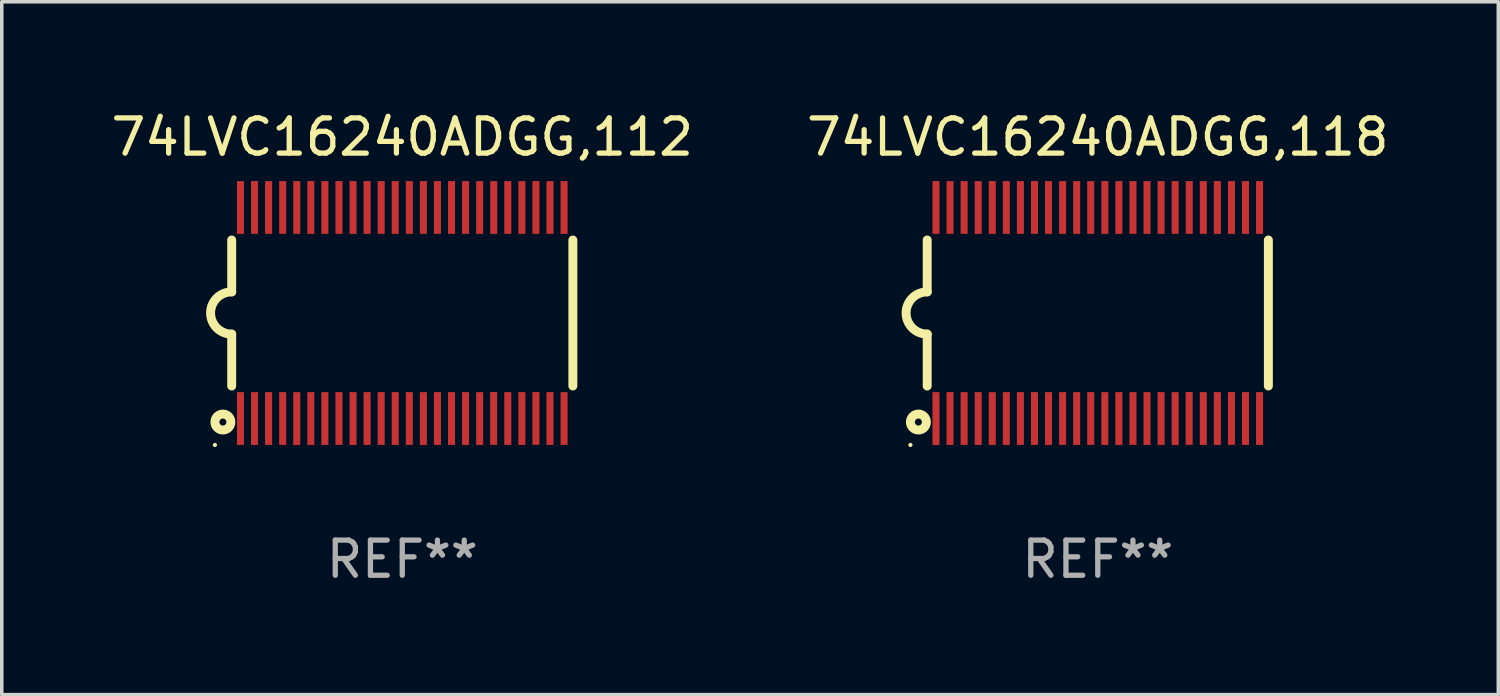
<source format=kicad_pcb>
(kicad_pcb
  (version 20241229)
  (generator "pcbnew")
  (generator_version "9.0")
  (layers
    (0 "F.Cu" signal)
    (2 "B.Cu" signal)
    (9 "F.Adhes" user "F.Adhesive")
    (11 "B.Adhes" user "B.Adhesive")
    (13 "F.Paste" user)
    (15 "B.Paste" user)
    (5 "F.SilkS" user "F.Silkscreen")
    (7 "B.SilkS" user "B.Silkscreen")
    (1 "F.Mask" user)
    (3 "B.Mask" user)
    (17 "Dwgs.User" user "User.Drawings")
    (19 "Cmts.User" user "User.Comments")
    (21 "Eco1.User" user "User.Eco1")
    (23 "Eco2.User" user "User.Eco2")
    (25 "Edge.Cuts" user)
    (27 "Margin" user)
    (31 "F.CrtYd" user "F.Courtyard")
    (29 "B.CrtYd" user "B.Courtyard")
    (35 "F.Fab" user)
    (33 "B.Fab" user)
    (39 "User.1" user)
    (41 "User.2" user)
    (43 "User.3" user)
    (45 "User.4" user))
  (footprint "74LVC16240ADGG,118"
    (layer "F.Cu")
    (at 28.161 5.849)
    (property "Reference" "74LVC16240ADGG,118" (at 0 -5.001 0) (layer "F.SilkS") (effects (font (size 1 1) (thickness 0.15))))
    (attr through_hole)
    (fp_line (start -4.85 -2.076) (end -4.85 -0.6) (stroke (width 0.254) (type solid)) (layer "F.SilkS"))
    (fp_line (start -4.85 2.076) (end -4.85 0.6) (stroke (width 0.254) (type solid)) (layer "F.SilkS"))
    (fp_line (start 4.85 -2.075) (end 4.85 2.075) (stroke (width 0.254) (type solid)) (layer "F.SilkS"))
    (fp_arc (start -4.850013 0.6) (mid -5.449099 -0.0008) (end -4.848869 -0.600457) (stroke (width 0.254001) (type solid)) (layer "F.SilkS"))
    (fp_circle (center -5.327 3.751) (end -5.297 3.751) (stroke (width 0.06) (type solid)) (fill no) (layer "F.SilkS"))
    (fp_circle (center -5.1 3.1) (end -5 3.1) (stroke (width 0.254) (type solid)) (fill no) (layer "F.SilkS"))
    (fp_text user "REF**" (at 0 7.001 0) (layer "F.Fab") (effects (font (size 1 1) (thickness 0.15))))
    (pad "1" smd rect (at -4.6 3) (size 0.2 1.5) (layers "F.Cu" "F.Mask" "F.Paste"))
    (pad "2" smd rect (at -4.2 3) (size 0.2 1.5) (layers "F.Cu" "F.Mask" "F.Paste"))
    (pad "3" smd rect (at -3.8 3) (size 0.2 1.5) (layers "F.Cu" "F.Mask" "F.Paste"))
    (pad "4" smd rect (at -3.4 3) (size 0.2 1.5) (layers "F.Cu" "F.Mask" "F.Paste"))
    (pad "5" smd rect (at -3 3.001) (size 0.2 1.5) (layers "F.Cu" "F.Mask" "F.Paste"))
    (pad "6" smd rect (at -2.6 3) (size 0.2 1.5) (layers "F.Cu" "F.Mask" "F.Paste"))
    (pad "7" smd rect (at -2.2 3) (size 0.2 1.5) (layers "F.Cu" "F.Mask" "F.Paste"))
    (pad "8" smd rect (at -1.8 3) (size 0.2 1.5) (layers "F.Cu" "F.Mask" "F.Paste"))
    (pad "9" smd rect (at -1.4 3) (size 0.2 1.5) (layers "F.Cu" "F.Mask" "F.Paste"))
    (pad "10" smd rect (at -1 3) (size 0.2 1.5) (layers "F.Cu" "F.Mask" "F.Paste"))
    (pad "11" smd rect (at -0.6 3) (size 0.2 1.5) (layers "F.Cu" "F.Mask" "F.Paste"))
    (pad "12" smd rect (at -0.2 3) (size 0.2 1.5) (layers "F.Cu" "F.Mask" "F.Paste"))
    (pad "13" smd rect (at 0.2 3) (size 0.2 1.5) (layers "F.Cu" "F.Mask" "F.Paste"))
    (pad "14" smd rect (at 0.6 3) (size 0.2 1.5) (layers "F.Cu" "F.Mask" "F.Paste"))
    (pad "15" smd rect (at 1 3) (size 0.2 1.5) (layers "F.Cu" "F.Mask" "F.Paste"))
    (pad "16" smd rect (at 1.4 3) (size 0.2 1.5) (layers "F.Cu" "F.Mask" "F.Paste"))
    (pad "17" smd rect (at 1.8 3) (size 0.2 1.5) (layers "F.Cu" "F.Mask" "F.Paste"))
    (pad "18" smd rect (at 2.2 3.001) (size 0.2 1.5) (layers "F.Cu" "F.Mask" "F.Paste"))
    (pad "19" smd rect (at 2.598 2.998) (size 0.2 1.5) (layers "F.Cu" "F.Mask" "F.Paste"))
    (pad "20" smd rect (at 3 3) (size 0.2 1.5) (layers "F.Cu" "F.Mask" "F.Paste"))
    (pad "21" smd rect (at 3.4 3) (size 0.2 1.5) (layers "F.Cu" "F.Mask" "F.Paste"))
    (pad "22" smd rect (at 3.8 2.998) (size 0.2 1.5) (layers "F.Cu" "F.Mask" "F.Paste"))
    (pad "23" smd rect (at 4.2 3) (size 0.2 1.5) (layers "F.Cu" "F.Mask" "F.Paste"))
    (pad "24" smd rect (at 4.6 3) (size 0.2 1.5) (layers "F.Cu" "F.Mask" "F.Paste"))
    (pad "25" smd rect (at 4.6 -3) (size 0.2 1.5) (layers "F.Cu" "F.Mask" "F.Paste"))
    (pad "26" smd rect (at 4.2 -3) (size 0.2 1.5) (layers "F.Cu" "F.Mask" "F.Paste"))
    (pad "27" smd rect (at 3.8 -3) (size 0.2 1.5) (layers "F.Cu" "F.Mask" "F.Paste"))
    (pad "28" smd rect (at 3.4 -3) (size 0.2 1.5) (layers "F.Cu" "F.Mask" "F.Paste"))
    (pad "29" smd rect (at 3 -3) (size 0.2 1.5) (layers "F.Cu" "F.Mask" "F.Paste"))
    (pad "30" smd rect (at 2.6 -3) (size 0.2 1.5) (layers "F.Cu" "F.Mask" "F.Paste"))
    (pad "31" smd rect (at 2.2 -3) (size 0.2 1.5) (layers "F.Cu" "F.Mask" "F.Paste"))
    (pad "32" smd rect (at 1.8 -3) (size 0.2 1.5) (layers "F.Cu" "F.Mask" "F.Paste"))
    (pad "33" smd rect (at 1.4 -3) (size 0.2 1.5) (layers "F.Cu" "F.Mask" "F.Paste"))
    (pad "34" smd rect (at 1 -3) (size 0.2 1.5) (layers "F.Cu" "F.Mask" "F.Paste"))
    (pad "35" smd rect (at 0.6 -3) (size 0.2 1.5) (layers "F.Cu" "F.Mask" "F.Paste"))
    (pad "36" smd rect (at 0.201 -3.001) (size 0.2 1.5) (layers "F.Cu" "F.Mask" "F.Paste"))
    (pad "37" smd rect (at -0.2 -3) (size 0.2 1.5) (layers "F.Cu" "F.Mask" "F.Paste"))
    (pad "38" smd rect (at -0.6 -3) (size 0.2 1.5) (layers "F.Cu" "F.Mask" "F.Paste"))
    (pad "39" smd rect (at -1 -3) (size 0.2 1.5) (layers "F.Cu" "F.Mask" "F.Paste"))
    (pad "40" smd rect (at -1.4 -3) (size 0.2 1.5) (layers "F.Cu" "F.Mask" "F.Paste"))
    (pad "41" smd rect (at -1.8 -3) (size 0.2 1.5) (layers "F.Cu" "F.Mask" "F.Paste"))
    (pad "42" smd rect (at -2.2 -3) (size 0.2 1.5) (layers "F.Cu" "F.Mask" "F.Paste"))
    (pad "43" smd rect (at -2.6 -3) (size 0.2 1.5) (layers "F.Cu" "F.Mask" "F.Paste"))
    (pad "44" smd rect (at -3 -3) (size 0.2 1.5) (layers "F.Cu" "F.Mask" "F.Paste"))
    (pad "45" smd rect (at -3.4 -3) (size 0.2 1.5) (layers "F.Cu" "F.Mask" "F.Paste"))
    (pad "46" smd rect (at -3.8 -3) (size 0.2 1.5) (layers "F.Cu" "F.Mask" "F.Paste"))
    (pad "47" smd rect (at -4.2 -3) (size 0.2 1.5) (layers "F.Cu" "F.Mask" "F.Paste"))
    (pad "48" smd rect (at -4.6 -3) (size 0.2 1.5) (layers "F.Cu" "F.Mask" "F.Paste")))
  (footprint "74LVC16240ADGG,112"
    (layer "F.Cu")
    (at 8.387 5.849)
    (property "Reference" "74LVC16240ADGG,112" (at 0 -5.001 0) (layer "F.SilkS") (effects (font (size 1 1) (thickness 0.15))))
    (attr through_hole)
    (fp_line (start -4.85 -2.076) (end -4.85 -0.6) (stroke (width 0.254) (type solid)) (layer "F.SilkS"))
    (fp_line (start -4.85 2.076) (end -4.85 0.6) (stroke (width 0.254) (type solid)) (layer "F.SilkS"))
    (fp_line (start 4.85 -2.075) (end 4.85 2.075) (stroke (width 0.254) (type solid)) (layer "F.SilkS"))
    (fp_arc (start -4.850013 0.6) (mid -5.449099 -0.0008) (end -4.848869 -0.600457) (stroke (width 0.254001) (type solid)) (layer "F.SilkS"))
    (fp_circle (center -5.327 3.751) (end -5.297 3.751) (stroke (width 0.06) (type solid)) (fill no) (layer "F.SilkS"))
    (fp_circle (center -5.1 3.1) (end -5 3.1) (stroke (width 0.254) (type solid)) (fill no) (layer "F.SilkS"))
    (fp_text user "REF**" (at 0 7.001 0) (layer "F.Fab") (effects (font (size 1 1) (thickness 0.15))))
    (pad "1" smd rect (at -4.6 3) (size 0.2 1.5) (layers "F.Cu" "F.Mask" "F.Paste"))
    (pad "2" smd rect (at -4.2 3) (size 0.2 1.5) (layers "F.Cu" "F.Mask" "F.Paste"))
    (pad "3" smd rect (at -3.8 3) (size 0.2 1.5) (layers "F.Cu" "F.Mask" "F.Paste"))
    (pad "4" smd rect (at -3.4 3) (size 0.2 1.5) (layers "F.Cu" "F.Mask" "F.Paste"))
    (pad "5" smd rect (at -3 3.001) (size 0.2 1.5) (layers "F.Cu" "F.Mask" "F.Paste"))
    (pad "6" smd rect (at -2.6 3) (size 0.2 1.5) (layers "F.Cu" "F.Mask" "F.Paste"))
    (pad "7" smd rect (at -2.2 3) (size 0.2 1.5) (layers "F.Cu" "F.Mask" "F.Paste"))
    (pad "8" smd rect (at -1.8 3) (size 0.2 1.5) (layers "F.Cu" "F.Mask" "F.Paste"))
    (pad "9" smd rect (at -1.4 3) (size 0.2 1.5) (layers "F.Cu" "F.Mask" "F.Paste"))
    (pad "10" smd rect (at -1 3) (size 0.2 1.5) (layers "F.Cu" "F.Mask" "F.Paste"))
    (pad "11" smd rect (at -0.6 3) (size 0.2 1.5) (layers "F.Cu" "F.Mask" "F.Paste"))
    (pad "12" smd rect (at -0.2 3) (size 0.2 1.5) (layers "F.Cu" "F.Mask" "F.Paste"))
    (pad "13" smd rect (at 0.2 3) (size 0.2 1.5) (layers "F.Cu" "F.Mask" "F.Paste"))
    (pad "14" smd rect (at 0.6 3) (size 0.2 1.5) (layers "F.Cu" "F.Mask" "F.Paste"))
    (pad "15" smd rect (at 1 3) (size 0.2 1.5) (layers "F.Cu" "F.Mask" "F.Paste"))
    (pad "16" smd rect (at 1.4 3) (size 0.2 1.5) (layers "F.Cu" "F.Mask" "F.Paste"))
    (pad "17" smd rect (at 1.8 3) (size 0.2 1.5) (layers "F.Cu" "F.Mask" "F.Paste"))
    (pad "18" smd rect (at 2.2 3.001) (size 0.2 1.5) (layers "F.Cu" "F.Mask" "F.Paste"))
    (pad "19" smd rect (at 2.598 2.998) (size 0.2 1.5) (layers "F.Cu" "F.Mask" "F.Paste"))
    (pad "20" smd rect (at 3 3) (size 0.2 1.5) (layers "F.Cu" "F.Mask" "F.Paste"))
    (pad "21" smd rect (at 3.4 3) (size 0.2 1.5) (layers "F.Cu" "F.Mask" "F.Paste"))
    (pad "22" smd rect (at 3.8 2.998) (size 0.2 1.5) (layers "F.Cu" "F.Mask" "F.Paste"))
    (pad "23" smd rect (at 4.2 3) (size 0.2 1.5) (layers "F.Cu" "F.Mask" "F.Paste"))
    (pad "24" smd rect (at 4.6 3) (size 0.2 1.5) (layers "F.Cu" "F.Mask" "F.Paste"))
    (pad "25" smd rect (at 4.6 -3) (size 0.2 1.5) (layers "F.Cu" "F.Mask" "F.Paste"))
    (pad "26" smd rect (at 4.2 -3) (size 0.2 1.5) (layers "F.Cu" "F.Mask" "F.Paste"))
    (pad "27" smd rect (at 3.8 -3) (size 0.2 1.5) (layers "F.Cu" "F.Mask" "F.Paste"))
    (pad "28" smd rect (at 3.4 -3) (size 0.2 1.5) (layers "F.Cu" "F.Mask" "F.Paste"))
    (pad "29" smd rect (at 3 -3) (size 0.2 1.5) (layers "F.Cu" "F.Mask" "F.Paste"))
    (pad "30" smd rect (at 2.6 -3) (size 0.2 1.5) (layers "F.Cu" "F.Mask" "F.Paste"))
    (pad "31" smd rect (at 2.2 -3) (size 0.2 1.5) (layers "F.Cu" "F.Mask" "F.Paste"))
    (pad "32" smd rect (at 1.8 -3) (size 0.2 1.5) (layers "F.Cu" "F.Mask" "F.Paste"))
    (pad "33" smd rect (at 1.4 -3) (size 0.2 1.5) (layers "F.Cu" "F.Mask" "F.Paste"))
    (pad "34" smd rect (at 1 -3) (size 0.2 1.5) (layers "F.Cu" "F.Mask" "F.Paste"))
    (pad "35" smd rect (at 0.6 -3) (size 0.2 1.5) (layers "F.Cu" "F.Mask" "F.Paste"))
    (pad "36" smd rect (at 0.201 -3.001) (size 0.2 1.5) (layers "F.Cu" "F.Mask" "F.Paste"))
    (pad "37" smd rect (at -0.2 -3) (size 0.2 1.5) (layers "F.Cu" "F.Mask" "F.Paste"))
    (pad "38" smd rect (at -0.6 -3) (size 0.2 1.5) (layers "F.Cu" "F.Mask" "F.Paste"))
    (pad "39" smd rect (at -1 -3) (size 0.2 1.5) (layers "F.Cu" "F.Mask" "F.Paste"))
    (pad "40" smd rect (at -1.4 -3) (size 0.2 1.5) (layers "F.Cu" "F.Mask" "F.Paste"))
    (pad "41" smd rect (at -1.8 -3) (size 0.2 1.5) (layers "F.Cu" "F.Mask" "F.Paste"))
    (pad "42" smd rect (at -2.2 -3) (size 0.2 1.5) (layers "F.Cu" "F.Mask" "F.Paste"))
    (pad "43" smd rect (at -2.6 -3) (size 0.2 1.5) (layers "F.Cu" "F.Mask" "F.Paste"))
    (pad "44" smd rect (at -3 -3) (size 0.2 1.5) (layers "F.Cu" "F.Mask" "F.Paste"))
    (pad "45" smd rect (at -3.4 -3) (size 0.2 1.5) (layers "F.Cu" "F.Mask" "F.Paste"))
    (pad "46" smd rect (at -3.8 -3) (size 0.2 1.5) (layers "F.Cu" "F.Mask" "F.Paste"))
    (pad "47" smd rect (at -4.2 -3) (size 0.2 1.5) (layers "F.Cu" "F.Mask" "F.Paste"))
    (pad "48" smd rect (at -4.6 -3) (size 0.2 1.5) (layers "F.Cu" "F.Mask" "F.Paste")))
  (gr_rect
    (start -3 -3)
    (end 39.548 16.699)
    (stroke (width 0.1) (type default))
    (fill no)
    (layer "Edge.Cuts")))
</source>
